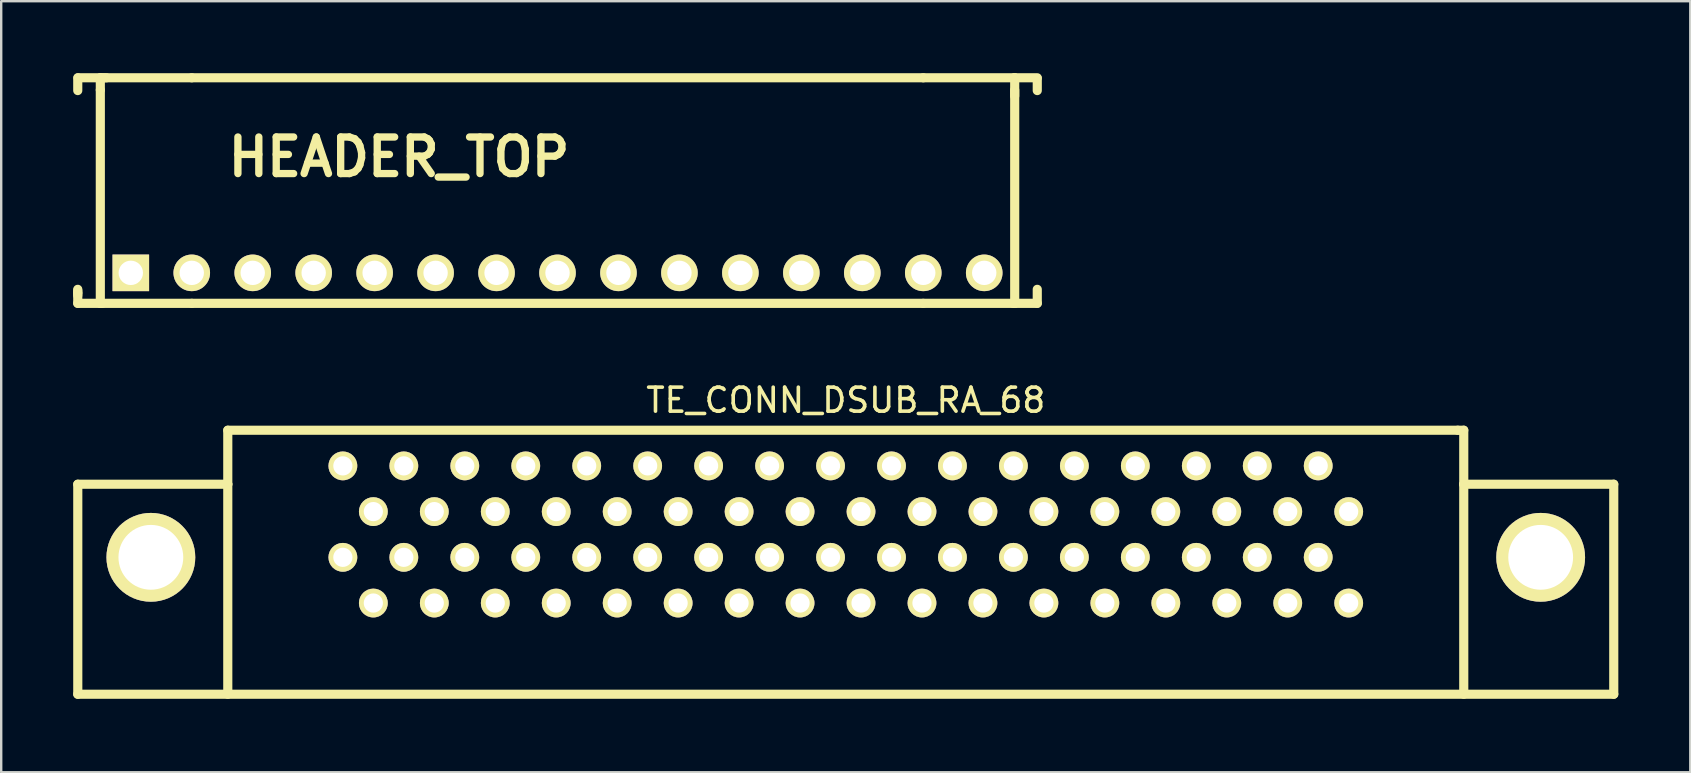
<source format=kicad_pcb>
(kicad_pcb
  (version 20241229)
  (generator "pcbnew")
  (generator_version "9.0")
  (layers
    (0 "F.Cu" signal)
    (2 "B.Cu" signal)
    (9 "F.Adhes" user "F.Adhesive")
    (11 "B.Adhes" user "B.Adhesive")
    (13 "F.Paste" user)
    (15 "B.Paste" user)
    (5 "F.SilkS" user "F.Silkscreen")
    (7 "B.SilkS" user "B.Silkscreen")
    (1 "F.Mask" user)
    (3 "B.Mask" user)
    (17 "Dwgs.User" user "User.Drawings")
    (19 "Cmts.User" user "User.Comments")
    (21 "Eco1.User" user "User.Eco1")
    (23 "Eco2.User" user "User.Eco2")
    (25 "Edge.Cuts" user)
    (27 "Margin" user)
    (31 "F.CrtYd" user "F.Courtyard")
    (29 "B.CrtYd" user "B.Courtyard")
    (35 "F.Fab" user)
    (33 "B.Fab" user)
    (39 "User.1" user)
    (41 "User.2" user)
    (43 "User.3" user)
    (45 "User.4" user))
  (footprint "TE_CONN_DSUB_RA_68"
    (layer "F.Cu")
    (at 32.191 25.877)
    (property "Reference" "TE_CONN_DSUB_RA_68" (at 0 -12.25 0) (layer "F.SilkS") (effects (font (size 1 1) (thickness 0.15))))
    (attr through_hole)
    (fp_line (start -32 -8.75) (end -25.75 -8.75) (stroke (width 0.381) (type solid)) (layer "F.SilkS"))
    (fp_line (start -32 0) (end -32 -8.75) (stroke (width 0.381) (type solid)) (layer "F.SilkS"))
    (fp_line (start -32 0) (end 32 0) (stroke (width 0.381) (type solid)) (layer "F.SilkS"))
    (fp_line (start -25.75 -11) (end 25.5 -11) (stroke (width 0.381) (type solid)) (layer "F.SilkS"))
    (fp_line (start -25.75 -8.75) (end -25.75 -11) (stroke (width 0.381) (type solid)) (layer "F.SilkS"))
    (fp_line (start -25.75 0) (end -25.75 -8.75) (stroke (width 0.381) (type solid)) (layer "F.SilkS"))
    (fp_line (start 25.5 -11) (end 25.75 -11) (stroke (width 0.381) (type solid)) (layer "F.SilkS"))
    (fp_line (start 25.75 -11) (end 25.75 -8.75) (stroke (width 0.381) (type solid)) (layer "F.SilkS"))
    (fp_line (start 25.75 -8.75) (end 32 -8.75) (stroke (width 0.381) (type solid)) (layer "F.SilkS"))
    (fp_line (start 25.75 0) (end 25.75 -8.75) (stroke (width 0.381) (type solid)) (layer "F.SilkS"))
    (fp_line (start 32 0) (end 32 -8.75) (stroke (width 0.381) (type solid)) (layer "F.SilkS"))
    (pad "1" thru_hole circle (at -20.955 -9.515) (size 1.2 1.2) (drill 0.8) (layers "*.Cu" "*.Mask" "F.SilkS"))
    (pad "2" thru_hole circle (at -19.685 -7.61) (size 1.2 1.2) (drill 0.8) (layers "*.Cu" "*.Mask" "F.SilkS"))
    (pad "3" thru_hole circle (at -18.415 -9.515) (size 1.2 1.2) (drill 0.8) (layers "*.Cu" "*.Mask" "F.SilkS"))
    (pad "4" thru_hole circle (at -17.145 -7.61) (size 1.2 1.2) (drill 0.8) (layers "*.Cu" "*.Mask" "F.SilkS"))
    (pad "5" thru_hole circle (at -15.875 -9.515) (size 1.2 1.2) (drill 0.8) (layers "*.Cu" "*.Mask" "F.SilkS"))
    (pad "6" thru_hole circle (at -14.605 -7.61) (size 1.2 1.2) (drill 0.8) (layers "*.Cu" "*.Mask" "F.SilkS"))
    (pad "7" thru_hole circle (at -13.335 -9.515) (size 1.2 1.2) (drill 0.8) (layers "*.Cu" "*.Mask" "F.SilkS"))
    (pad "8" thru_hole circle (at -12.065 -7.61) (size 1.2 1.2) (drill 0.8) (layers "*.Cu" "*.Mask" "F.SilkS"))
    (pad "9" thru_hole circle (at -10.795 -9.515) (size 1.2 1.2) (drill 0.8) (layers "*.Cu" "*.Mask" "F.SilkS"))
    (pad "10" thru_hole circle (at -9.525 -7.61) (size 1.2 1.2) (drill 0.8) (layers "*.Cu" "*.Mask" "F.SilkS"))
    (pad "11" thru_hole circle (at -8.255 -9.515) (size 1.2 1.2) (drill 0.8) (layers "*.Cu" "*.Mask" "F.SilkS"))
    (pad "12" thru_hole circle (at -6.985 -7.61) (size 1.2 1.2) (drill 0.8) (layers "*.Cu" "*.Mask" "F.SilkS"))
    (pad "13" thru_hole circle (at -5.715 -9.515) (size 1.2 1.2) (drill 0.8) (layers "*.Cu" "*.Mask" "F.SilkS"))
    (pad "14" thru_hole circle (at -4.445 -7.61) (size 1.2 1.2) (drill 0.8) (layers "*.Cu" "*.Mask" "F.SilkS"))
    (pad "15" thru_hole circle (at -3.175 -9.515) (size 1.2 1.2) (drill 0.8) (layers "*.Cu" "*.Mask" "F.SilkS"))
    (pad "16" thru_hole circle (at -1.905 -7.61) (size 1.2 1.2) (drill 0.8) (layers "*.Cu" "*.Mask" "F.SilkS"))
    (pad "17" thru_hole circle (at -0.635 -9.515) (size 1.2 1.2) (drill 0.8) (layers "*.Cu" "*.Mask" "F.SilkS"))
    (pad "18" thru_hole circle (at 0.635 -7.61) (size 1.2 1.2) (drill 0.8) (layers "*.Cu" "*.Mask" "F.SilkS"))
    (pad "19" thru_hole circle (at 1.905 -9.515) (size 1.2 1.2) (drill 0.8) (layers "*.Cu" "*.Mask" "F.SilkS"))
    (pad "20" thru_hole circle (at 3.175 -7.61) (size 1.2 1.2) (drill 0.8) (layers "*.Cu" "*.Mask" "F.SilkS"))
    (pad "21" thru_hole circle (at 4.445 -9.515) (size 1.2 1.2) (drill 0.8) (layers "*.Cu" "*.Mask" "F.SilkS"))
    (pad "22" thru_hole circle (at 5.715 -7.61) (size 1.2 1.2) (drill 0.8) (layers "*.Cu" "*.Mask" "F.SilkS"))
    (pad "23" thru_hole circle (at 6.985 -9.515) (size 1.2 1.2) (drill 0.8) (layers "*.Cu" "*.Mask" "F.SilkS"))
    (pad "24" thru_hole circle (at 8.255 -7.61) (size 1.2 1.2) (drill 0.8) (layers "*.Cu" "*.Mask" "F.SilkS"))
    (pad "25" thru_hole circle (at 9.525 -9.515) (size 1.2 1.2) (drill 0.8) (layers "*.Cu" "*.Mask" "F.SilkS"))
    (pad "26" thru_hole circle (at 10.795 -7.61) (size 1.2 1.2) (drill 0.8) (layers "*.Cu" "*.Mask" "F.SilkS"))
    (pad "27" thru_hole circle (at 12.065 -9.515) (size 1.2 1.2) (drill 0.8) (layers "*.Cu" "*.Mask" "F.SilkS"))
    (pad "28" thru_hole circle (at 13.335 -7.61) (size 1.2 1.2) (drill 0.8) (layers "*.Cu" "*.Mask" "F.SilkS"))
    (pad "29" thru_hole circle (at 14.605 -9.515) (size 1.2 1.2) (drill 0.8) (layers "*.Cu" "*.Mask" "F.SilkS"))
    (pad "30" thru_hole circle (at 15.875 -7.61) (size 1.2 1.2) (drill 0.8) (layers "*.Cu" "*.Mask" "F.SilkS"))
    (pad "31" thru_hole circle (at 17.145 -9.515) (size 1.2 1.2) (drill 0.8) (layers "*.Cu" "*.Mask" "F.SilkS"))
    (pad "32" thru_hole circle (at 18.415 -7.61) (size 1.2 1.2) (drill 0.8) (layers "*.Cu" "*.Mask" "F.SilkS"))
    (pad "33" thru_hole circle (at 19.685 -9.515) (size 1.2 1.2) (drill 0.8) (layers "*.Cu" "*.Mask" "F.SilkS"))
    (pad "34" thru_hole circle (at 20.955 -7.61) (size 1.2 1.2) (drill 0.8) (layers "*.Cu" "*.Mask" "F.SilkS"))
    (pad "35" thru_hole circle (at -20.955 -5.705) (size 1.2 1.2) (drill 0.8) (layers "*.Cu" "*.Mask" "F.SilkS"))
    (pad "36" thru_hole circle (at -19.685 -3.8) (size 1.2 1.2) (drill 0.8) (layers "*.Cu" "*.Mask" "F.SilkS"))
    (pad "37" thru_hole circle (at -18.415 -5.705) (size 1.2 1.2) (drill 0.8) (layers "*.Cu" "*.Mask" "F.SilkS"))
    (pad "38" thru_hole circle (at -17.145 -3.8) (size 1.2 1.2) (drill 0.8) (layers "*.Cu" "*.Mask" "F.SilkS"))
    (pad "39" thru_hole circle (at -15.875 -5.705) (size 1.2 1.2) (drill 0.8) (layers "*.Cu" "*.Mask" "F.SilkS"))
    (pad "40" thru_hole circle (at -14.605 -3.8) (size 1.2 1.2) (drill 0.8) (layers "*.Cu" "*.Mask" "F.SilkS"))
    (pad "41" thru_hole circle (at -13.335 -5.705) (size 1.2 1.2) (drill 0.8) (layers "*.Cu" "*.Mask" "F.SilkS"))
    (pad "42" thru_hole circle (at -12.065 -3.8) (size 1.2 1.2) (drill 0.8) (layers "*.Cu" "*.Mask" "F.SilkS"))
    (pad "43" thru_hole circle (at -10.795 -5.705) (size 1.2 1.2) (drill 0.8) (layers "*.Cu" "*.Mask" "F.SilkS"))
    (pad "44" thru_hole circle (at -9.525 -3.8) (size 1.2 1.2) (drill 0.8) (layers "*.Cu" "*.Mask" "F.SilkS"))
    (pad "45" thru_hole circle (at -8.255 -5.705) (size 1.2 1.2) (drill 0.8) (layers "*.Cu" "*.Mask" "F.SilkS"))
    (pad "46" thru_hole circle (at -6.985 -3.8) (size 1.2 1.2) (drill 0.8) (layers "*.Cu" "*.Mask" "F.SilkS"))
    (pad "47" thru_hole circle (at -5.715 -5.705) (size 1.2 1.2) (drill 0.8) (layers "*.Cu" "*.Mask" "F.SilkS"))
    (pad "48" thru_hole circle (at -4.445 -3.8) (size 1.2 1.2) (drill 0.8) (layers "*.Cu" "*.Mask" "F.SilkS"))
    (pad "49" thru_hole circle (at -3.175 -5.705) (size 1.2 1.2) (drill 0.8) (layers "*.Cu" "*.Mask" "F.SilkS"))
    (pad "50" thru_hole circle (at -1.905 -3.8) (size 1.2 1.2) (drill 0.8) (layers "*.Cu" "*.Mask" "F.SilkS"))
    (pad "51" thru_hole circle (at -0.635 -5.705) (size 1.2 1.2) (drill 0.8) (layers "*.Cu" "*.Mask" "F.SilkS"))
    (pad "52" thru_hole circle (at 0.635 -3.8) (size 1.2 1.2) (drill 0.8) (layers "*.Cu" "*.Mask" "F.SilkS"))
    (pad "53" thru_hole circle (at 1.905 -5.705) (size 1.2 1.2) (drill 0.8) (layers "*.Cu" "*.Mask" "F.SilkS"))
    (pad "54" thru_hole circle (at 3.175 -3.8) (size 1.2 1.2) (drill 0.8) (layers "*.Cu" "*.Mask" "F.SilkS"))
    (pad "55" thru_hole circle (at 4.445 -5.705) (size 1.2 1.2) (drill 0.8) (layers "*.Cu" "*.Mask" "F.SilkS"))
    (pad "56" thru_hole circle (at 5.715 -3.8) (size 1.2 1.2) (drill 0.8) (layers "*.Cu" "*.Mask" "F.SilkS"))
    (pad "57" thru_hole circle (at 6.985 -5.705) (size 1.2 1.2) (drill 0.8) (layers "*.Cu" "*.Mask" "F.SilkS"))
    (pad "58" thru_hole circle (at 8.255 -3.8) (size 1.2 1.2) (drill 0.8) (layers "*.Cu" "*.Mask" "F.SilkS"))
    (pad "59" thru_hole circle (at 9.525 -5.705) (size 1.2 1.2) (drill 0.8) (layers "*.Cu" "*.Mask" "F.SilkS"))
    (pad "60" thru_hole circle (at 10.795 -3.8) (size 1.2 1.2) (drill 0.8) (layers "*.Cu" "*.Mask" "F.SilkS"))
    (pad "61" thru_hole circle (at 12.065 -5.705) (size 1.2 1.2) (drill 0.8) (layers "*.Cu" "*.Mask" "F.SilkS"))
    (pad "62" thru_hole circle (at 13.335 -3.8) (size 1.2 1.2) (drill 0.8) (layers "*.Cu" "*.Mask" "F.SilkS"))
    (pad "63" thru_hole circle (at 14.605 -5.705) (size 1.2 1.2) (drill 0.8) (layers "*.Cu" "*.Mask" "F.SilkS"))
    (pad "64" thru_hole circle (at 15.875 -3.8) (size 1.2 1.2) (drill 0.8) (layers "*.Cu" "*.Mask" "F.SilkS"))
    (pad "65" thru_hole circle (at 17.145 -5.705) (size 1.2 1.2) (drill 0.8) (layers "*.Cu" "*.Mask" "F.SilkS"))
    (pad "66" thru_hole circle (at 18.415 -3.8) (size 1.2 1.2) (drill 0.8) (layers "*.Cu" "*.Mask" "F.SilkS"))
    (pad "67" thru_hole circle (at 19.685 -5.705) (size 1.2 1.2) (drill 0.8) (layers "*.Cu" "*.Mask" "F.SilkS"))
    (pad "68" thru_hole circle (at 20.955 -3.8) (size 1.2 1.2) (drill 0.8) (layers "*.Cu" "*.Mask" "F.SilkS"))
    (pad "69" thru_hole circle (at -28.955 -5.705) (size 3.7 3.7) (drill 2.7) (layers "*.Cu" "*.Mask" "F.SilkS"))
    (pad "70" thru_hole circle (at 28.955 -5.705) (size 3.7 3.7) (drill 2.7) (layers "*.Cu" "*.Mask" "F.SilkS")))
  (footprint "HEADER_TOP"
    (layer "F.Cu")
    (at 20.18 8.319)
    (property "Reference" "HEADER_TOP" (at -6.604 -4.826 0) (layer "F.SilkS") (effects (font (size 1.524 1.524) (thickness 0.305))))
    (attr through_hole)
    (fp_line (start -19.99 -8.128) (end -19.99 -7.595) (stroke (width 0.381) (type solid)) (layer "F.SilkS"))
    (fp_line (start -19.99 0.838) (end -19.99 0.686) (stroke (width 0.381) (type solid)) (layer "F.SilkS"))
    (fp_line (start -19.99 0.94) (end -19.99 0.737) (stroke (width 0.381) (type solid)) (layer "F.SilkS"))
    (fp_line (start -19.99 1.27) (end -19.99 0.838) (stroke (width 0.381) (type solid)) (layer "F.SilkS"))
    (fp_line (start -19.05 -8.128) (end -19.05 -7.62) (stroke (width 0.381) (type solid)) (layer "F.SilkS"))
    (fp_line (start -19.05 1.27) (end -19.05 -7.62) (stroke (width 0.381) (type solid)) (layer "F.SilkS"))
    (fp_line (start -18.961 1.27) (end -19.99 1.27) (stroke (width 0.381) (type solid)) (layer "F.SilkS"))
    (fp_line (start -18.796 -8.128) (end -19.977 -8.128) (stroke (width 0.381) (type solid)) (layer "F.SilkS"))
    (fp_line (start -15.24 -8.128) (end -19.05 -8.128) (stroke (width 0.381) (type solid)) (layer "F.SilkS"))
    (fp_line (start -15.24 -8.128) (end 15.24 -8.128) (stroke (width 0.381) (type solid)) (layer "F.SilkS"))
    (fp_line (start -15.24 1.27) (end -19.05 1.27) (stroke (width 0.381) (type solid)) (layer "F.SilkS"))
    (fp_line (start 15.24 -8.128) (end 19.05 -8.128) (stroke (width 0.381) (type solid)) (layer "F.SilkS"))
    (fp_line (start 15.24 1.27) (end -15.24 1.27) (stroke (width 0.381) (type solid)) (layer "F.SilkS"))
    (fp_line (start 15.24 1.27) (end 19.05 1.27) (stroke (width 0.381) (type solid)) (layer "F.SilkS"))
    (fp_line (start 18.986 1.27) (end 19.99 1.27) (stroke (width 0.381) (type solid)) (layer "F.SilkS"))
    (fp_line (start 19.025 -8.128) (end 19.99 -8.128) (stroke (width 0.381) (type solid)) (layer "F.SilkS"))
    (fp_line (start 19.05 -8.128) (end 19.05 -7.366) (stroke (width 0.381) (type solid)) (layer "F.SilkS"))
    (fp_line (start 19.05 1.27) (end 19.05 -7.62) (stroke (width 0.381) (type solid)) (layer "F.SilkS"))
    (fp_line (start 19.99 -8.103) (end 19.99 -7.595) (stroke (width 0.381) (type solid)) (layer "F.SilkS"))
    (fp_line (start 19.99 1.27) (end 19.99 0.686) (stroke (width 0.381) (type solid)) (layer "F.SilkS"))
    (pad "1" thru_hole rect (at -17.78 0) (size 1.524 1.524) (drill 1.016) (layers "*.Cu" "*.Mask" "F.SilkS"))
    (pad "2" thru_hole circle (at -15.24 0) (size 1.524 1.524) (drill 1.016) (layers "*.Cu" "*.Mask" "F.SilkS"))
    (pad "3" thru_hole circle (at -12.7 0) (size 1.524 1.524) (drill 1.016) (layers "*.Cu" "*.Mask" "F.SilkS"))
    (pad "4" thru_hole circle (at -10.16 0) (size 1.524 1.524) (drill 1.016) (layers "*.Cu" "*.Mask" "F.SilkS"))
    (pad "5" thru_hole circle (at -7.62 0) (size 1.524 1.524) (drill 1.016) (layers "*.Cu" "*.Mask" "F.SilkS"))
    (pad "6" thru_hole circle (at -5.08 0) (size 1.524 1.524) (drill 1.016) (layers "*.Cu" "*.Mask" "F.SilkS"))
    (pad "7" thru_hole circle (at -2.54 0) (size 1.524 1.524) (drill 1.016) (layers "*.Cu" "*.Mask" "F.SilkS"))
    (pad "8" thru_hole circle (at 0 0) (size 1.524 1.524) (drill 1.016) (layers "*.Cu" "*.Mask" "F.SilkS"))
    (pad "9" thru_hole circle (at 2.54 0) (size 1.524 1.524) (drill 1.016) (layers "*.Cu" "*.Mask" "F.SilkS"))
    (pad "10" thru_hole circle (at 5.08 0) (size 1.524 1.524) (drill 1.016) (layers "*.Cu" "*.Mask" "F.SilkS"))
    (pad "11" thru_hole circle (at 7.62 0) (size 1.524 1.524) (drill 1.016) (layers "*.Cu" "*.Mask" "F.SilkS"))
    (pad "12" thru_hole circle (at 10.16 0) (size 1.524 1.524) (drill 1.016) (layers "*.Cu" "*.Mask" "F.SilkS"))
    (pad "13" thru_hole circle (at 12.7 0) (size 1.524 1.524) (drill 1.016) (layers "*.Cu" "*.Mask" "F.SilkS"))
    (pad "14" thru_hole circle (at 15.24 0) (size 1.524 1.524) (drill 1.016) (layers "*.Cu" "*.Mask" "F.SilkS"))
    (pad "15" thru_hole circle (at 17.78 0) (size 1.524 1.524) (drill 1.016) (layers "*.Cu" "*.Mask" "F.SilkS")))
  (gr_rect
    (start -3 -3)
    (end 67.381 29.127)
    (stroke (width 0.1) (type default))
    (fill no)
    (layer "Edge.Cuts")))
</source>
